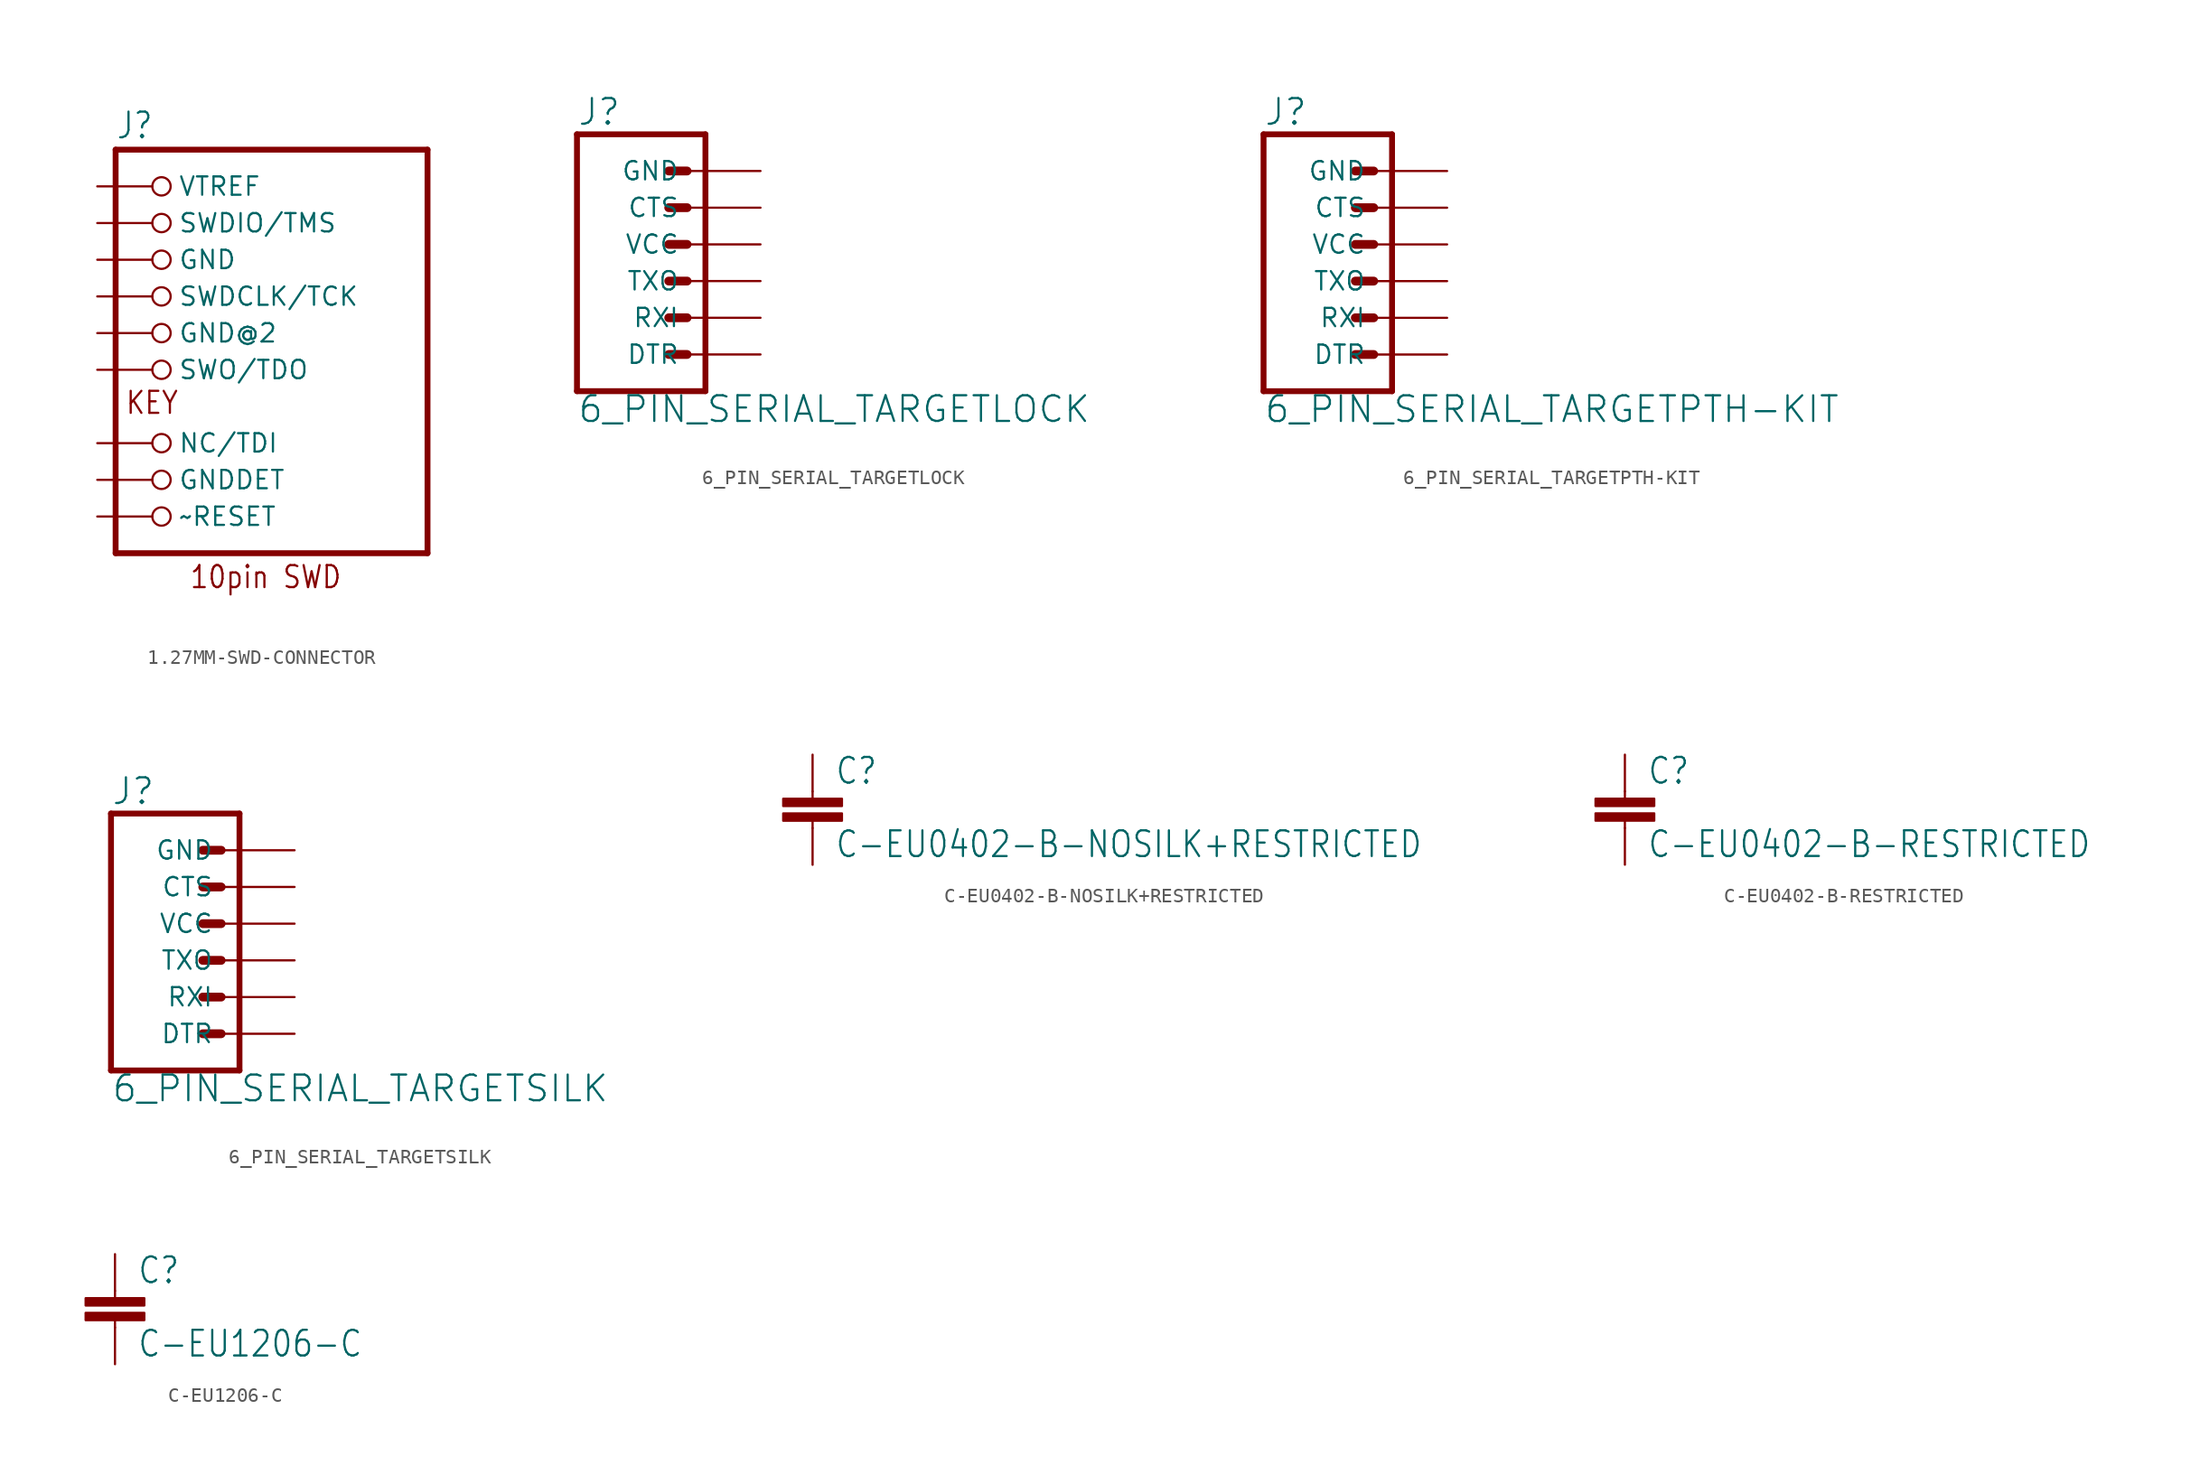
<source format=kicad_sym>
(kicad_symbol_lib
  (version 20210619)
  (generator kicad_symbol_editor)
  (symbol "1.27MM-SWD-CONNECTOR"
    (property "Reference" "J"
      (at -6.35 18.415 0)
      (effects (font (size 1.778 1.511)) (justify left bottom)))
    (property "ki_locked" ""
      (at 0 0 0)
      (effects (font (size 1.27 1.27))))
    (symbol "1.27MM-SWD-CONNECTOR_1_0"
      (text "10pin SWD" (at -1.27 -12.7 0) (effects (font (size 1.524 1.295)) (justify left bottom)))
      (text "KEY" (at -5.715 -0.635 0) (effects (font (size 1.524 1.295)) (justify left bottom)))
      (polyline (pts (xy -6.35 -10.16) (xy 15.24 -10.16)) (stroke (width 0.406)) (fill (type none)))
      (polyline (pts (xy -6.35 17.78) (xy -6.35 -10.16)) (stroke (width 0.406)) (fill (type none)))
      (polyline (pts (xy 15.24 -10.16) (xy 15.24 17.78)) (stroke (width 0.406)) (fill (type none)))
      (polyline (pts (xy 15.24 17.78) (xy -6.35 17.78)) (stroke (width 0.406)) (fill (type none)))
      (pin passive inverted (at -7.62 -7.62 0) (length 5.08) (name "~RESET" (effects (font (size 1.27 1.27)))) (number "!RESET" (effects (font (size 0 0)))))
      (pin passive inverted (at -7.62 10.16 0) (length 5.08) (name "GND" (effects (font (size 1.27 1.27)))) (number "GND" (effects (font (size 0 0)))))
      (pin passive inverted (at -7.62 5.08 0) (length 5.08) (name "GND@2" (effects (font (size 1.27 1.27)))) (number "GND@2" (effects (font (size 0 0)))))
      (pin passive inverted (at -7.62 -5.08 0) (length 5.08) (name "GNDDET" (effects (font (size 1.27 1.27)))) (number "GNDDET" (effects (font (size 0 0)))))
      (pin passive inverted (at -7.62 -2.54 0) (length 5.08) (name "NC/TDI" (effects (font (size 1.27 1.27)))) (number "NC" (effects (font (size 0 0)))))
      (pin passive inverted (at -7.62 7.62 0) (length 5.08) (name "SWDCLK/TCK" (effects (font (size 1.27 1.27)))) (number "SWDCLK" (effects (font (size 0 0)))))
      (pin passive inverted (at -7.62 12.7 0) (length 5.08) (name "SWDIO/TMS" (effects (font (size 1.27 1.27)))) (number "SWDIO" (effects (font (size 0 0)))))
      (pin passive inverted (at -7.62 2.54 0) (length 5.08) (name "SWO/TDO" (effects (font (size 1.27 1.27)))) (number "SWO" (effects (font (size 0 0)))))
      (pin passive inverted (at -7.62 15.24 0) (length 5.08) (name "VTREF" (effects (font (size 1.27 1.27)))) (number "VTREF" (effects (font (size 0 0)))))))
  (symbol "6_PIN_SERIAL_TARGETLOCK"
    (property "Reference" "J"
      (at -7.62 10.668 0)
      (effects (font (size 1.778 1.778)) (justify left bottom)))
    (property "Value" "6_PIN_SERIAL_TARGETLOCK"
      (at -7.62 -9.906 0)
      (effects (font (size 1.778 1.778)) (justify left bottom)))
    (property "ki_locked" ""
      (at 0 0 0)
      (effects (font (size 1.27 1.27))))
    (symbol "6_PIN_SERIAL_TARGETLOCK_1_0"
      (polyline (pts (xy -7.62 10.16) (xy -7.62 -7.62)) (stroke (width 0.406)) (fill (type none)))
      (polyline (pts (xy -7.62 10.16) (xy 1.27 10.16)) (stroke (width 0.406)) (fill (type none)))
      (polyline (pts (xy -1.27 -5.08) (xy 0 -5.08)) (stroke (width 0.61)) (fill (type none)))
      (polyline (pts (xy -1.27 -2.54) (xy 0 -2.54)) (stroke (width 0.61)) (fill (type none)))
      (polyline (pts (xy -1.27 0) (xy 0 0)) (stroke (width 0.61)) (fill (type none)))
      (polyline (pts (xy -1.27 2.54) (xy 0 2.54)) (stroke (width 0.61)) (fill (type none)))
      (polyline (pts (xy -1.27 5.08) (xy 0 5.08)) (stroke (width 0.61)) (fill (type none)))
      (polyline (pts (xy -1.27 7.62) (xy 0 7.62)) (stroke (width 0.61)) (fill (type none)))
      (polyline (pts (xy 1.27 -7.62) (xy -7.62 -7.62)) (stroke (width 0.406)) (fill (type none)))
      (polyline (pts (xy 1.27 -7.62) (xy 1.27 10.16)) (stroke (width 0.406)) (fill (type none)))
      (pin passive line (at 5.08 -5.08 180) (length 5.08) (name "DTR" (effects (font (size 1.27 1.27)))) (number "1" (effects (font (size 0 0)))))
      (pin passive line (at 5.08 -2.54 180) (length 5.08) (name "RXI" (effects (font (size 1.27 1.27)))) (number "2" (effects (font (size 0 0)))))
      (pin passive line (at 5.08 0 180) (length 5.08) (name "TXO" (effects (font (size 1.27 1.27)))) (number "3" (effects (font (size 0 0)))))
      (pin passive line (at 5.08 2.54 180) (length 5.08) (name "VCC" (effects (font (size 1.27 1.27)))) (number "4" (effects (font (size 0 0)))))
      (pin passive line (at 5.08 5.08 180) (length 5.08) (name "CTS" (effects (font (size 1.27 1.27)))) (number "5" (effects (font (size 0 0)))))
      (pin passive line (at 5.08 7.62 180) (length 5.08) (name "GND" (effects (font (size 1.27 1.27)))) (number "6" (effects (font (size 0 0)))))))
  (symbol "6_PIN_SERIAL_TARGETPTH-KIT"
    (property "Reference" "J"
      (at -7.62 10.668 0)
      (effects (font (size 1.778 1.778)) (justify left bottom)))
    (property "Value" "6_PIN_SERIAL_TARGETPTH-KIT"
      (at -7.62 -9.906 0)
      (effects (font (size 1.778 1.778)) (justify left bottom)))
    (property "ki_locked" ""
      (at 0 0 0)
      (effects (font (size 1.27 1.27))))
    (symbol "6_PIN_SERIAL_TARGETPTH-KIT_1_0"
      (polyline (pts (xy -7.62 10.16) (xy -7.62 -7.62)) (stroke (width 0.406)) (fill (type none)))
      (polyline (pts (xy -7.62 10.16) (xy 1.27 10.16)) (stroke (width 0.406)) (fill (type none)))
      (polyline (pts (xy -1.27 -5.08) (xy 0 -5.08)) (stroke (width 0.61)) (fill (type none)))
      (polyline (pts (xy -1.27 -2.54) (xy 0 -2.54)) (stroke (width 0.61)) (fill (type none)))
      (polyline (pts (xy -1.27 0) (xy 0 0)) (stroke (width 0.61)) (fill (type none)))
      (polyline (pts (xy -1.27 2.54) (xy 0 2.54)) (stroke (width 0.61)) (fill (type none)))
      (polyline (pts (xy -1.27 5.08) (xy 0 5.08)) (stroke (width 0.61)) (fill (type none)))
      (polyline (pts (xy -1.27 7.62) (xy 0 7.62)) (stroke (width 0.61)) (fill (type none)))
      (polyline (pts (xy 1.27 -7.62) (xy -7.62 -7.62)) (stroke (width 0.406)) (fill (type none)))
      (polyline (pts (xy 1.27 -7.62) (xy 1.27 10.16)) (stroke (width 0.406)) (fill (type none)))
      (pin passive line (at 5.08 -5.08 180) (length 5.08) (name "DTR" (effects (font (size 1.27 1.27)))) (number "1" (effects (font (size 0 0)))))
      (pin passive line (at 5.08 -2.54 180) (length 5.08) (name "RXI" (effects (font (size 1.27 1.27)))) (number "2" (effects (font (size 0 0)))))
      (pin passive line (at 5.08 0 180) (length 5.08) (name "TXO" (effects (font (size 1.27 1.27)))) (number "3" (effects (font (size 0 0)))))
      (pin passive line (at 5.08 2.54 180) (length 5.08) (name "VCC" (effects (font (size 1.27 1.27)))) (number "4" (effects (font (size 0 0)))))
      (pin passive line (at 5.08 5.08 180) (length 5.08) (name "CTS" (effects (font (size 1.27 1.27)))) (number "5" (effects (font (size 0 0)))))
      (pin passive line (at 5.08 7.62 180) (length 5.08) (name "GND" (effects (font (size 1.27 1.27)))) (number "6" (effects (font (size 0 0)))))))
  (symbol "6_PIN_SERIAL_TARGETSILK"
    (property "Reference" "J"
      (at -7.62 10.668 0)
      (effects (font (size 1.778 1.778)) (justify left bottom)))
    (property "Value" "6_PIN_SERIAL_TARGETSILK"
      (at -7.62 -9.906 0)
      (effects (font (size 1.778 1.778)) (justify left bottom)))
    (property "ki_locked" ""
      (at 0 0 0)
      (effects (font (size 1.27 1.27))))
    (symbol "6_PIN_SERIAL_TARGETSILK_1_0"
      (polyline (pts (xy -7.62 10.16) (xy -7.62 -7.62)) (stroke (width 0.406)) (fill (type none)))
      (polyline (pts (xy -7.62 10.16) (xy 1.27 10.16)) (stroke (width 0.406)) (fill (type none)))
      (polyline (pts (xy -1.27 -5.08) (xy 0 -5.08)) (stroke (width 0.61)) (fill (type none)))
      (polyline (pts (xy -1.27 -2.54) (xy 0 -2.54)) (stroke (width 0.61)) (fill (type none)))
      (polyline (pts (xy -1.27 0) (xy 0 0)) (stroke (width 0.61)) (fill (type none)))
      (polyline (pts (xy -1.27 2.54) (xy 0 2.54)) (stroke (width 0.61)) (fill (type none)))
      (polyline (pts (xy -1.27 5.08) (xy 0 5.08)) (stroke (width 0.61)) (fill (type none)))
      (polyline (pts (xy -1.27 7.62) (xy 0 7.62)) (stroke (width 0.61)) (fill (type none)))
      (polyline (pts (xy 1.27 -7.62) (xy -7.62 -7.62)) (stroke (width 0.406)) (fill (type none)))
      (polyline (pts (xy 1.27 -7.62) (xy 1.27 10.16)) (stroke (width 0.406)) (fill (type none)))
      (pin passive line (at 5.08 -5.08 180) (length 5.08) (name "DTR" (effects (font (size 1.27 1.27)))) (number "P$1" (effects (font (size 0 0)))))
      (pin passive line (at 5.08 0 180) (length 5.08) (name "TXO" (effects (font (size 1.27 1.27)))) (number "P$2" (effects (font (size 0 0)))))
      (pin passive line (at 5.08 -2.54 180) (length 5.08) (name "RXI" (effects (font (size 1.27 1.27)))) (number "P$3" (effects (font (size 0 0)))))
      (pin passive line (at 5.08 2.54 180) (length 5.08) (name "VCC" (effects (font (size 1.27 1.27)))) (number "P$4" (effects (font (size 0 0)))))
      (pin passive line (at 5.08 5.08 180) (length 5.08) (name "CTS" (effects (font (size 1.27 1.27)))) (number "P$5" (effects (font (size 0 0)))))
      (pin passive line (at 5.08 7.62 180) (length 5.08) (name "GND" (effects (font (size 1.27 1.27)))) (number "P$6" (effects (font (size 0 0)))))))
  (symbol "C-EU0402-B-NOSILK+RESTRICTED"
    (property "Reference" "C"
      (at 1.524 0.381 0)
      (effects (font (size 1.778 1.511)) (justify left bottom)))
    (property "Value" "C-EU0402-B-NOSILK+RESTRICTED"
      (at 1.524 -4.699 0)
      (effects (font (size 1.778 1.511)) (justify left bottom)))
    (property "ki_locked" ""
      (at 0 0 0)
      (effects (font (size 1.27 1.27))))
    (symbol "C-EU0402-B-NOSILK+RESTRICTED_1_0"
      (rectangle (start -2.032 -2.032) (end 2.032 -1.524) (stroke (width 0)) (fill (type outline)))
      (rectangle (start -2.032 -1.016) (end 2.032 -0.508) (stroke (width 0)) (fill (type outline)))
      (polyline (pts (xy 0 -2.54) (xy 0 -2.032)) (stroke (width 0.152)) (fill (type none)))
      (polyline (pts (xy 0 0) (xy 0 -0.508)) (stroke (width 0.152)) (fill (type none)))
      (pin passive line (at 0 2.54 270) (length 2.54) (name "1" (effects (font (size 0 0)))) (number "1" (effects (font (size 0 0)))))
      (pin passive line (at 0 -5.08 90) (length 2.54) (name "2" (effects (font (size 0 0)))) (number "2" (effects (font (size 0 0)))))))
  (symbol "C-EU0402-B-RESTRICTED"
    (property "Reference" "C"
      (at 1.524 0.381 0)
      (effects (font (size 1.778 1.511)) (justify left bottom)))
    (property "Value" "C-EU0402-B-RESTRICTED"
      (at 1.524 -4.699 0)
      (effects (font (size 1.778 1.511)) (justify left bottom)))
    (property "ki_locked" ""
      (at 0 0 0)
      (effects (font (size 1.27 1.27))))
    (symbol "C-EU0402-B-RESTRICTED_1_0"
      (rectangle (start -2.032 -2.032) (end 2.032 -1.524) (stroke (width 0)) (fill (type outline)))
      (rectangle (start -2.032 -1.016) (end 2.032 -0.508) (stroke (width 0)) (fill (type outline)))
      (polyline (pts (xy 0 -2.54) (xy 0 -2.032)) (stroke (width 0.152)) (fill (type none)))
      (polyline (pts (xy 0 0) (xy 0 -0.508)) (stroke (width 0.152)) (fill (type none)))
      (pin passive line (at 0 2.54 270) (length 2.54) (name "1" (effects (font (size 0 0)))) (number "1" (effects (font (size 0 0)))))
      (pin passive line (at 0 -5.08 90) (length 2.54) (name "2" (effects (font (size 0 0)))) (number "2" (effects (font (size 0 0)))))))
  (symbol "C-EU1206-C"
    (property "Reference" "C"
      (at 1.524 0.381 0)
      (effects (font (size 1.778 1.511)) (justify left bottom)))
    (property "Value" "C-EU1206-C"
      (at 1.524 -4.699 0)
      (effects (font (size 1.778 1.511)) (justify left bottom)))
    (property "ki_locked" ""
      (at 0 0 0)
      (effects (font (size 1.27 1.27))))
    (symbol "C-EU1206-C_1_0"
      (rectangle (start -2.032 -2.032) (end 2.032 -1.524) (stroke (width 0)) (fill (type outline)))
      (rectangle (start -2.032 -1.016) (end 2.032 -0.508) (stroke (width 0)) (fill (type outline)))
      (polyline (pts (xy 0 -2.54) (xy 0 -2.032)) (stroke (width 0.152)) (fill (type none)))
      (polyline (pts (xy 0 0) (xy 0 -0.508)) (stroke (width 0.152)) (fill (type none)))
      (pin passive line (at 0 2.54 270) (length 2.54) (name "1" (effects (font (size 0 0)))) (number "1" (effects (font (size 0 0)))))
      (pin passive line (at 0 -5.08 90) (length 2.54) (name "2" (effects (font (size 0 0)))) (number "2" (effects (font (size 0 0))))))))
</source>
